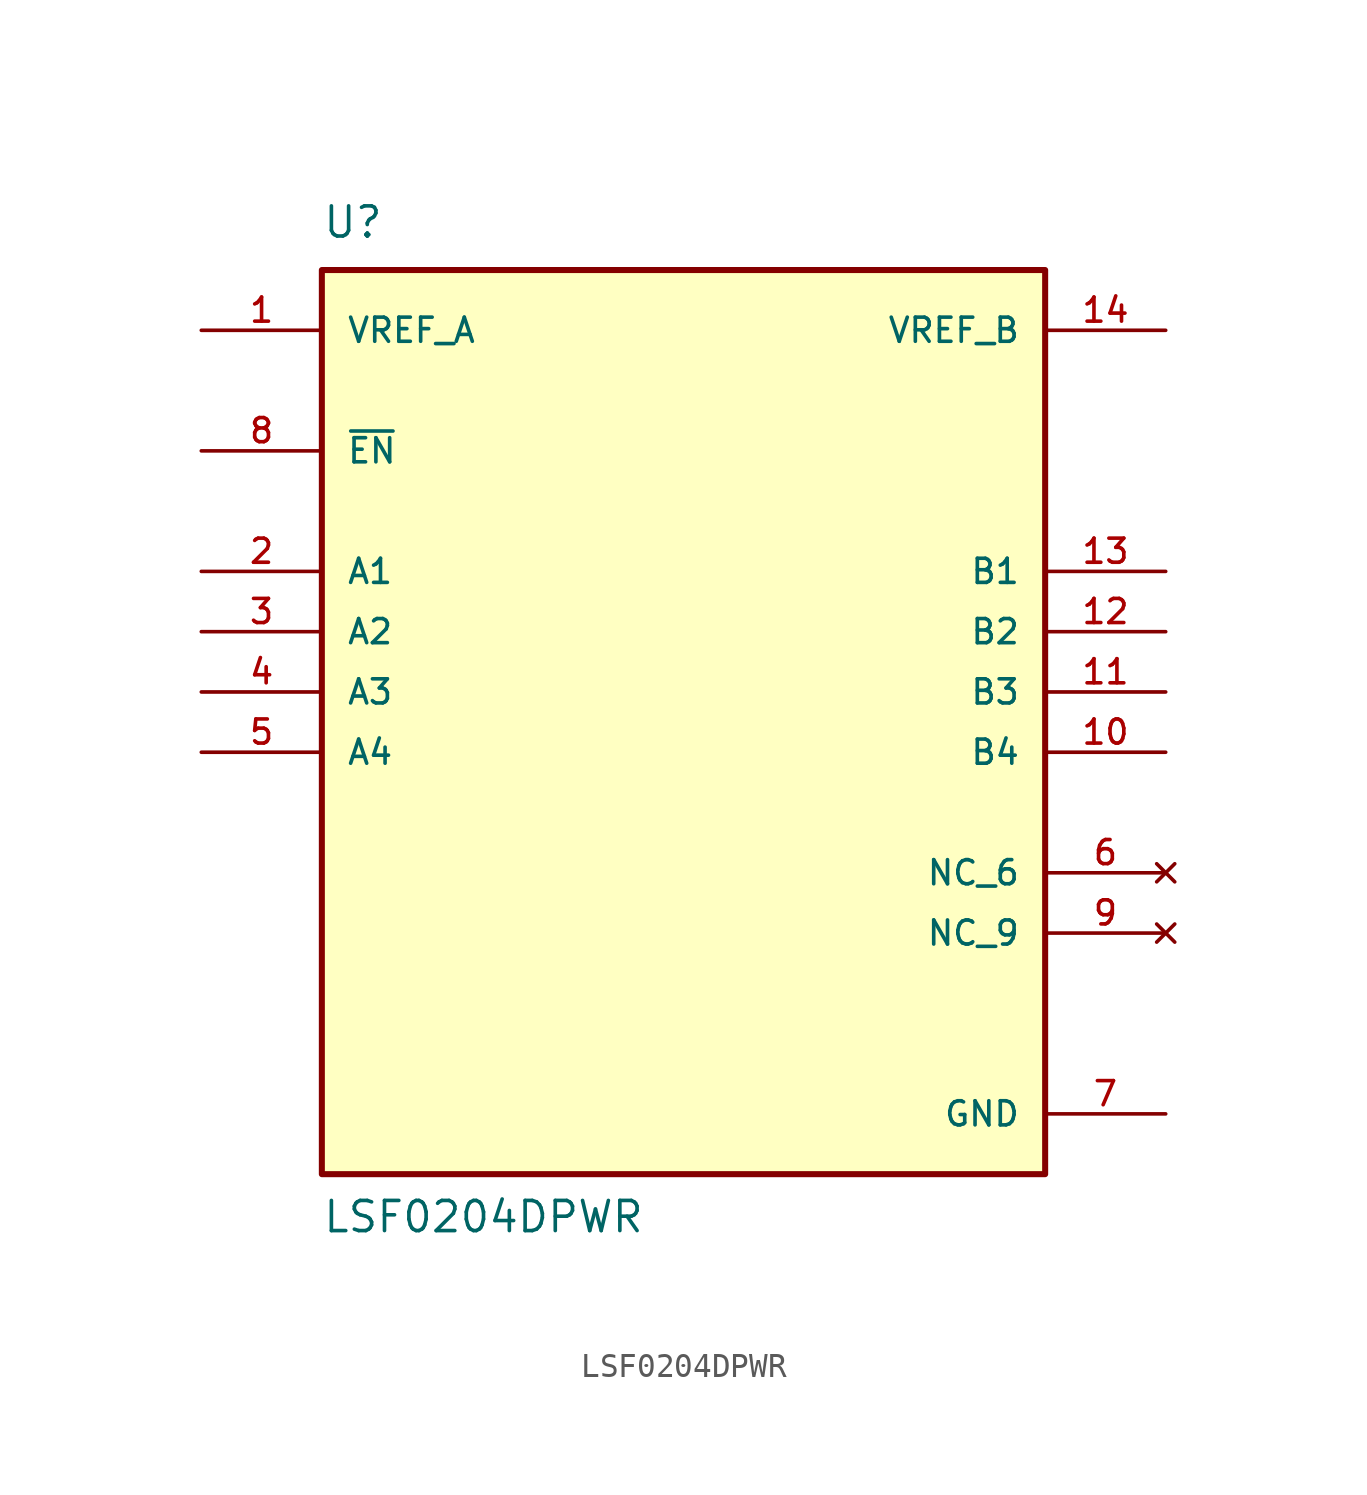
<source format=kicad_sym>
(kicad_symbol_lib
  (version 20211014)
  (generator kicad_symbol_editor)
  (symbol "LSF0204DPWR"
    (pin_names
      (offset 1.016))
    (property "Reference" "U"
      (at -15.24 19.05 0)
      (effects (font (size 1.27 1.27)) (justify left bottom)))
    (property "Value" "LSF0204DPWR"
      (at -15.24 -22.86 0)
      (effects (font (size 1.27 1.27)) (justify left bottom)))
    (property "ki_locked" ""
      (at 0 0 0)
      (effects (font (size 1.27 1.27))))
    (symbol "LSF0204DPWR_0_0"
      (rectangle (start -15.24 -20.32) (end 15.24 17.78) (stroke (width 0.254) (type default) (color 0 0 0 0)) (fill (type background)))
      (pin input line (at -20.32 15.24 0) (length 5.08) (name "VREF_A" (effects (font (size 1.016 1.016)))) (number "1" (effects (font (size 1.016 1.016)))))
      (pin bidirectional line (at 20.32 -2.54 180) (length 5.08) (name "B4" (effects (font (size 1.016 1.016)))) (number "10" (effects (font (size 1.016 1.016)))))
      (pin bidirectional line (at 20.32 0 180) (length 5.08) (name "B3" (effects (font (size 1.016 1.016)))) (number "11" (effects (font (size 1.016 1.016)))))
      (pin bidirectional line (at 20.32 2.54 180) (length 5.08) (name "B2" (effects (font (size 1.016 1.016)))) (number "12" (effects (font (size 1.016 1.016)))))
      (pin bidirectional line (at 20.32 5.08 180) (length 5.08) (name "B1" (effects (font (size 1.016 1.016)))) (number "13" (effects (font (size 1.016 1.016)))))
      (pin input line (at 20.32 15.24 180) (length 5.08) (name "VREF_B" (effects (font (size 1.016 1.016)))) (number "14" (effects (font (size 1.016 1.016)))))
      (pin bidirectional line (at -20.32 5.08 0) (length 5.08) (name "A1" (effects (font (size 1.016 1.016)))) (number "2" (effects (font (size 1.016 1.016)))))
      (pin bidirectional line (at -20.32 2.54 0) (length 5.08) (name "A2" (effects (font (size 1.016 1.016)))) (number "3" (effects (font (size 1.016 1.016)))))
      (pin bidirectional line (at -20.32 0 0) (length 5.08) (name "A3" (effects (font (size 1.016 1.016)))) (number "4" (effects (font (size 1.016 1.016)))))
      (pin bidirectional line (at -20.32 -2.54 0) (length 5.08) (name "A4" (effects (font (size 1.016 1.016)))) (number "5" (effects (font (size 1.016 1.016)))))
      (pin no_connect line (at 20.32 -7.62 180) (length 5.08) (name "NC_6" (effects (font (size 1.016 1.016)))) (number "6" (effects (font (size 1.016 1.016)))))
      (pin power_in line (at 20.32 -17.78 180) (length 5.08) (name "GND" (effects (font (size 1.016 1.016)))) (number "7" (effects (font (size 1.016 1.016)))))
      (pin input line (at -20.32 10.16 0) (length 5.08) (name "~{EN}" (effects (font (size 1.016 1.016)))) (number "8" (effects (font (size 1.016 1.016)))))
      (pin no_connect line (at 20.32 -10.16 180) (length 5.08) (name "NC_9" (effects (font (size 1.016 1.016)))) (number "9" (effects (font (size 1.016 1.016))))))))
</source>
